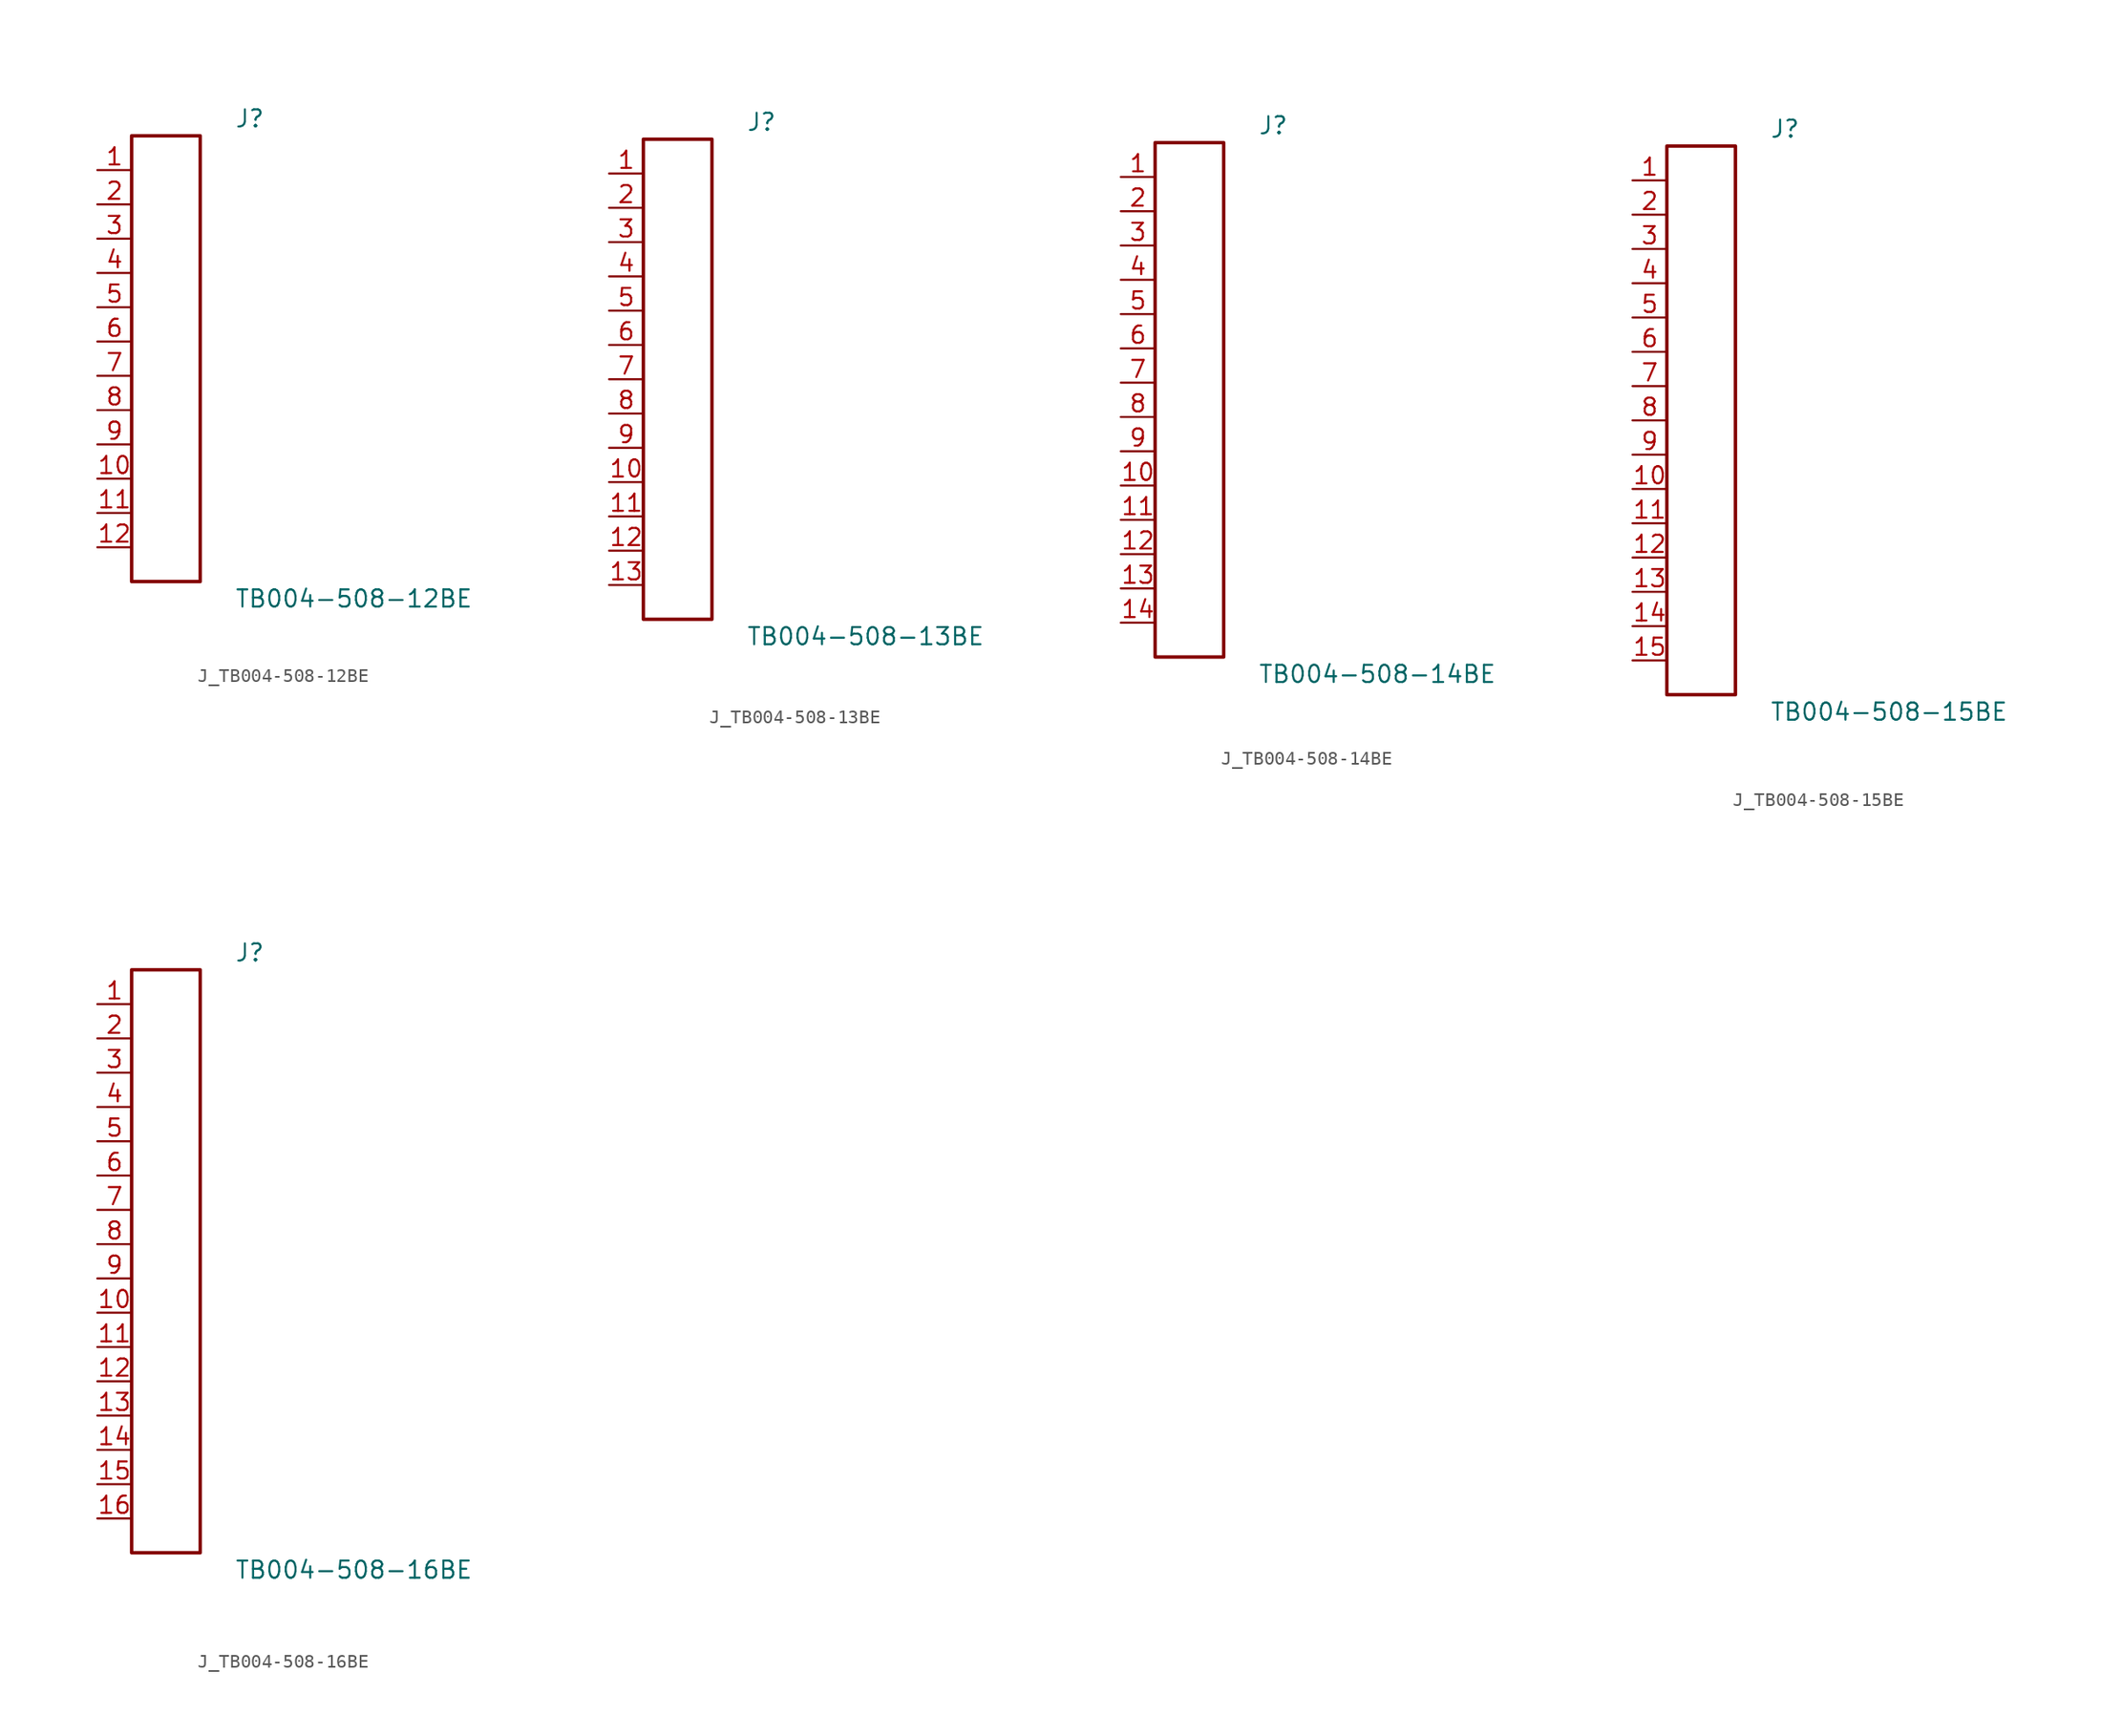
<source format=kicad_sym>
(kicad_symbol_lib
  (version 20231120)
  (generator kicad_symbol_editor)
  (generator_version 8.0)
  (symbol "J_TB004-508-12BE"
    (pin_names
      (offset 0.254))
    (property "Reference" "J"
      (at 5.08 17.78 0)
      (effects (font (size 1.27 1.27)) (justify left)))
    (property "Value" "TB004-508-12BE"
      (at 5.08 -17.78 0)
      (effects (font (size 1.27 1.27)) (justify left)))
    (symbol "J_TB004-508-12BE_0_0"
      (pin passive line (at -5.08 13.97 0) (length 2.54) (name "" (effects (font (size 1.27 1.27)))) (number "1" (effects (font (size 1.27 1.27)))))
      (pin passive line (at -5.08 11.43 0) (length 2.54) (name "" (effects (font (size 1.27 1.27)))) (number "2" (effects (font (size 1.27 1.27)))))
      (pin passive line (at -5.08 8.89 0) (length 2.54) (name "" (effects (font (size 1.27 1.27)))) (number "3" (effects (font (size 1.27 1.27)))))
      (pin passive line (at -5.08 6.35 0) (length 2.54) (name "" (effects (font (size 1.27 1.27)))) (number "4" (effects (font (size 1.27 1.27)))))
      (pin passive line (at -5.08 3.81 0) (length 2.54) (name "" (effects (font (size 1.27 1.27)))) (number "5" (effects (font (size 1.27 1.27)))))
      (pin passive line (at -5.08 1.27 0) (length 2.54) (name "" (effects (font (size 1.27 1.27)))) (number "6" (effects (font (size 1.27 1.27)))))
      (pin passive line (at -5.08 -1.27 0) (length 2.54) (name "" (effects (font (size 1.27 1.27)))) (number "7" (effects (font (size 1.27 1.27)))))
      (pin passive line (at -5.08 -3.81 0) (length 2.54) (name "" (effects (font (size 1.27 1.27)))) (number "8" (effects (font (size 1.27 1.27)))))
      (pin passive line (at -5.08 -6.35 0) (length 2.54) (name "" (effects (font (size 1.27 1.27)))) (number "9" (effects (font (size 1.27 1.27)))))
      (pin passive line (at -5.08 -8.89 0) (length 2.54) (name "" (effects (font (size 1.27 1.27)))) (number "10" (effects (font (size 1.27 1.27)))))
      (pin passive line (at -5.08 -11.43 0) (length 2.54) (name "" (effects (font (size 1.27 1.27)))) (number "11" (effects (font (size 1.27 1.27)))))
      (pin passive line (at -5.08 -13.97 0) (length 2.54) (name "" (effects (font (size 1.27 1.27)))) (number "12" (effects (font (size 1.27 1.27))))))
    (symbol "J_TB004-508-12BE_1_0"
      (rectangle (start -2.54 16.51) (end 2.54 -16.51) (stroke (width 0.254) (type solid)) (fill (type none)))))
  (symbol "J_TB004-508-13BE"
    (pin_names
      (offset 0.254))
    (property "Reference" "J"
      (at 5.08 19.05 0)
      (effects (font (size 1.27 1.27)) (justify left)))
    (property "Value" "TB004-508-13BE"
      (at 5.08 -19.05 0)
      (effects (font (size 1.27 1.27)) (justify left)))
    (symbol "J_TB004-508-13BE_0_0"
      (pin passive line (at -5.08 15.24 0) (length 2.54) (name "" (effects (font (size 1.27 1.27)))) (number "1" (effects (font (size 1.27 1.27)))))
      (pin passive line (at -5.08 12.7 0) (length 2.54) (name "" (effects (font (size 1.27 1.27)))) (number "2" (effects (font (size 1.27 1.27)))))
      (pin passive line (at -5.08 10.16 0) (length 2.54) (name "" (effects (font (size 1.27 1.27)))) (number "3" (effects (font (size 1.27 1.27)))))
      (pin passive line (at -5.08 7.62 0) (length 2.54) (name "" (effects (font (size 1.27 1.27)))) (number "4" (effects (font (size 1.27 1.27)))))
      (pin passive line (at -5.08 5.08 0) (length 2.54) (name "" (effects (font (size 1.27 1.27)))) (number "5" (effects (font (size 1.27 1.27)))))
      (pin passive line (at -5.08 2.54 0) (length 2.54) (name "" (effects (font (size 1.27 1.27)))) (number "6" (effects (font (size 1.27 1.27)))))
      (pin passive line (at -5.08 0.0 0) (length 2.54) (name "" (effects (font (size 1.27 1.27)))) (number "7" (effects (font (size 1.27 1.27)))))
      (pin passive line (at -5.08 -2.54 0) (length 2.54) (name "" (effects (font (size 1.27 1.27)))) (number "8" (effects (font (size 1.27 1.27)))))
      (pin passive line (at -5.08 -5.08 0) (length 2.54) (name "" (effects (font (size 1.27 1.27)))) (number "9" (effects (font (size 1.27 1.27)))))
      (pin passive line (at -5.08 -7.62 0) (length 2.54) (name "" (effects (font (size 1.27 1.27)))) (number "10" (effects (font (size 1.27 1.27)))))
      (pin passive line (at -5.08 -10.16 0) (length 2.54) (name "" (effects (font (size 1.27 1.27)))) (number "11" (effects (font (size 1.27 1.27)))))
      (pin passive line (at -5.08 -12.7 0) (length 2.54) (name "" (effects (font (size 1.27 1.27)))) (number "12" (effects (font (size 1.27 1.27)))))
      (pin passive line (at -5.08 -15.24 0) (length 2.54) (name "" (effects (font (size 1.27 1.27)))) (number "13" (effects (font (size 1.27 1.27))))))
    (symbol "J_TB004-508-13BE_1_0"
      (rectangle (start -2.54 17.78) (end 2.54 -17.78) (stroke (width 0.254) (type solid)) (fill (type none)))))
  (symbol "J_TB004-508-14BE"
    (pin_names
      (offset 0.254))
    (property "Reference" "J"
      (at 5.08 20.32 0)
      (effects (font (size 1.27 1.27)) (justify left)))
    (property "Value" "TB004-508-14BE"
      (at 5.08 -20.32 0)
      (effects (font (size 1.27 1.27)) (justify left)))
    (symbol "J_TB004-508-14BE_0_0"
      (pin passive line (at -5.08 16.51 0) (length 2.54) (name "" (effects (font (size 1.27 1.27)))) (number "1" (effects (font (size 1.27 1.27)))))
      (pin passive line (at -5.08 13.97 0) (length 2.54) (name "" (effects (font (size 1.27 1.27)))) (number "2" (effects (font (size 1.27 1.27)))))
      (pin passive line (at -5.08 11.43 0) (length 2.54) (name "" (effects (font (size 1.27 1.27)))) (number "3" (effects (font (size 1.27 1.27)))))
      (pin passive line (at -5.08 8.89 0) (length 2.54) (name "" (effects (font (size 1.27 1.27)))) (number "4" (effects (font (size 1.27 1.27)))))
      (pin passive line (at -5.08 6.35 0) (length 2.54) (name "" (effects (font (size 1.27 1.27)))) (number "5" (effects (font (size 1.27 1.27)))))
      (pin passive line (at -5.08 3.81 0) (length 2.54) (name "" (effects (font (size 1.27 1.27)))) (number "6" (effects (font (size 1.27 1.27)))))
      (pin passive line (at -5.08 1.27 0) (length 2.54) (name "" (effects (font (size 1.27 1.27)))) (number "7" (effects (font (size 1.27 1.27)))))
      (pin passive line (at -5.08 -1.27 0) (length 2.54) (name "" (effects (font (size 1.27 1.27)))) (number "8" (effects (font (size 1.27 1.27)))))
      (pin passive line (at -5.08 -3.81 0) (length 2.54) (name "" (effects (font (size 1.27 1.27)))) (number "9" (effects (font (size 1.27 1.27)))))
      (pin passive line (at -5.08 -6.35 0) (length 2.54) (name "" (effects (font (size 1.27 1.27)))) (number "10" (effects (font (size 1.27 1.27)))))
      (pin passive line (at -5.08 -8.89 0) (length 2.54) (name "" (effects (font (size 1.27 1.27)))) (number "11" (effects (font (size 1.27 1.27)))))
      (pin passive line (at -5.08 -11.43 0) (length 2.54) (name "" (effects (font (size 1.27 1.27)))) (number "12" (effects (font (size 1.27 1.27)))))
      (pin passive line (at -5.08 -13.97 0) (length 2.54) (name "" (effects (font (size 1.27 1.27)))) (number "13" (effects (font (size 1.27 1.27)))))
      (pin passive line (at -5.08 -16.51 0) (length 2.54) (name "" (effects (font (size 1.27 1.27)))) (number "14" (effects (font (size 1.27 1.27))))))
    (symbol "J_TB004-508-14BE_1_0"
      (rectangle (start -2.54 19.05) (end 2.54 -19.05) (stroke (width 0.254) (type solid)) (fill (type none)))))
  (symbol "J_TB004-508-15BE"
    (pin_names
      (offset 0.254))
    (property "Reference" "J"
      (at 5.08 21.59 0)
      (effects (font (size 1.27 1.27)) (justify left)))
    (property "Value" "TB004-508-15BE"
      (at 5.08 -21.59 0)
      (effects (font (size 1.27 1.27)) (justify left)))
    (symbol "J_TB004-508-15BE_0_0"
      (pin passive line (at -5.08 17.78 0) (length 2.54) (name "" (effects (font (size 1.27 1.27)))) (number "1" (effects (font (size 1.27 1.27)))))
      (pin passive line (at -5.08 15.24 0) (length 2.54) (name "" (effects (font (size 1.27 1.27)))) (number "2" (effects (font (size 1.27 1.27)))))
      (pin passive line (at -5.08 12.7 0) (length 2.54) (name "" (effects (font (size 1.27 1.27)))) (number "3" (effects (font (size 1.27 1.27)))))
      (pin passive line (at -5.08 10.16 0) (length 2.54) (name "" (effects (font (size 1.27 1.27)))) (number "4" (effects (font (size 1.27 1.27)))))
      (pin passive line (at -5.08 7.62 0) (length 2.54) (name "" (effects (font (size 1.27 1.27)))) (number "5" (effects (font (size 1.27 1.27)))))
      (pin passive line (at -5.08 5.08 0) (length 2.54) (name "" (effects (font (size 1.27 1.27)))) (number "6" (effects (font (size 1.27 1.27)))))
      (pin passive line (at -5.08 2.54 0) (length 2.54) (name "" (effects (font (size 1.27 1.27)))) (number "7" (effects (font (size 1.27 1.27)))))
      (pin passive line (at -5.08 0.0 0) (length 2.54) (name "" (effects (font (size 1.27 1.27)))) (number "8" (effects (font (size 1.27 1.27)))))
      (pin passive line (at -5.08 -2.54 0) (length 2.54) (name "" (effects (font (size 1.27 1.27)))) (number "9" (effects (font (size 1.27 1.27)))))
      (pin passive line (at -5.08 -5.08 0) (length 2.54) (name "" (effects (font (size 1.27 1.27)))) (number "10" (effects (font (size 1.27 1.27)))))
      (pin passive line (at -5.08 -7.62 0) (length 2.54) (name "" (effects (font (size 1.27 1.27)))) (number "11" (effects (font (size 1.27 1.27)))))
      (pin passive line (at -5.08 -10.16 0) (length 2.54) (name "" (effects (font (size 1.27 1.27)))) (number "12" (effects (font (size 1.27 1.27)))))
      (pin passive line (at -5.08 -12.7 0) (length 2.54) (name "" (effects (font (size 1.27 1.27)))) (number "13" (effects (font (size 1.27 1.27)))))
      (pin passive line (at -5.08 -15.24 0) (length 2.54) (name "" (effects (font (size 1.27 1.27)))) (number "14" (effects (font (size 1.27 1.27)))))
      (pin passive line (at -5.08 -17.78 0) (length 2.54) (name "" (effects (font (size 1.27 1.27)))) (number "15" (effects (font (size 1.27 1.27))))))
    (symbol "J_TB004-508-15BE_1_0"
      (rectangle (start -2.54 20.32) (end 2.54 -20.32) (stroke (width 0.254) (type solid)) (fill (type none)))))
  (symbol "J_TB004-508-16BE"
    (pin_names
      (offset 0.254))
    (property "Reference" "J"
      (at 5.08 22.86 0)
      (effects (font (size 1.27 1.27)) (justify left)))
    (property "Value" "TB004-508-16BE"
      (at 5.08 -22.86 0)
      (effects (font (size 1.27 1.27)) (justify left)))
    (symbol "J_TB004-508-16BE_0_0"
      (pin passive line (at -5.08 19.05 0) (length 2.54) (name "" (effects (font (size 1.27 1.27)))) (number "1" (effects (font (size 1.27 1.27)))))
      (pin passive line (at -5.08 16.51 0) (length 2.54) (name "" (effects (font (size 1.27 1.27)))) (number "2" (effects (font (size 1.27 1.27)))))
      (pin passive line (at -5.08 13.97 0) (length 2.54) (name "" (effects (font (size 1.27 1.27)))) (number "3" (effects (font (size 1.27 1.27)))))
      (pin passive line (at -5.08 11.43 0) (length 2.54) (name "" (effects (font (size 1.27 1.27)))) (number "4" (effects (font (size 1.27 1.27)))))
      (pin passive line (at -5.08 8.89 0) (length 2.54) (name "" (effects (font (size 1.27 1.27)))) (number "5" (effects (font (size 1.27 1.27)))))
      (pin passive line (at -5.08 6.35 0) (length 2.54) (name "" (effects (font (size 1.27 1.27)))) (number "6" (effects (font (size 1.27 1.27)))))
      (pin passive line (at -5.08 3.81 0) (length 2.54) (name "" (effects (font (size 1.27 1.27)))) (number "7" (effects (font (size 1.27 1.27)))))
      (pin passive line (at -5.08 1.27 0) (length 2.54) (name "" (effects (font (size 1.27 1.27)))) (number "8" (effects (font (size 1.27 1.27)))))
      (pin passive line (at -5.08 -1.27 0) (length 2.54) (name "" (effects (font (size 1.27 1.27)))) (number "9" (effects (font (size 1.27 1.27)))))
      (pin passive line (at -5.08 -3.81 0) (length 2.54) (name "" (effects (font (size 1.27 1.27)))) (number "10" (effects (font (size 1.27 1.27)))))
      (pin passive line (at -5.08 -6.35 0) (length 2.54) (name "" (effects (font (size 1.27 1.27)))) (number "11" (effects (font (size 1.27 1.27)))))
      (pin passive line (at -5.08 -8.89 0) (length 2.54) (name "" (effects (font (size 1.27 1.27)))) (number "12" (effects (font (size 1.27 1.27)))))
      (pin passive line (at -5.08 -11.43 0) (length 2.54) (name "" (effects (font (size 1.27 1.27)))) (number "13" (effects (font (size 1.27 1.27)))))
      (pin passive line (at -5.08 -13.97 0) (length 2.54) (name "" (effects (font (size 1.27 1.27)))) (number "14" (effects (font (size 1.27 1.27)))))
      (pin passive line (at -5.08 -16.51 0) (length 2.54) (name "" (effects (font (size 1.27 1.27)))) (number "15" (effects (font (size 1.27 1.27)))))
      (pin passive line (at -5.08 -19.05 0) (length 2.54) (name "" (effects (font (size 1.27 1.27)))) (number "16" (effects (font (size 1.27 1.27))))))
    (symbol "J_TB004-508-16BE_1_0"
      (rectangle (start -2.54 21.59) (end 2.54 -21.59) (stroke (width 0.254) (type solid)) (fill (type none))))))
</source>
